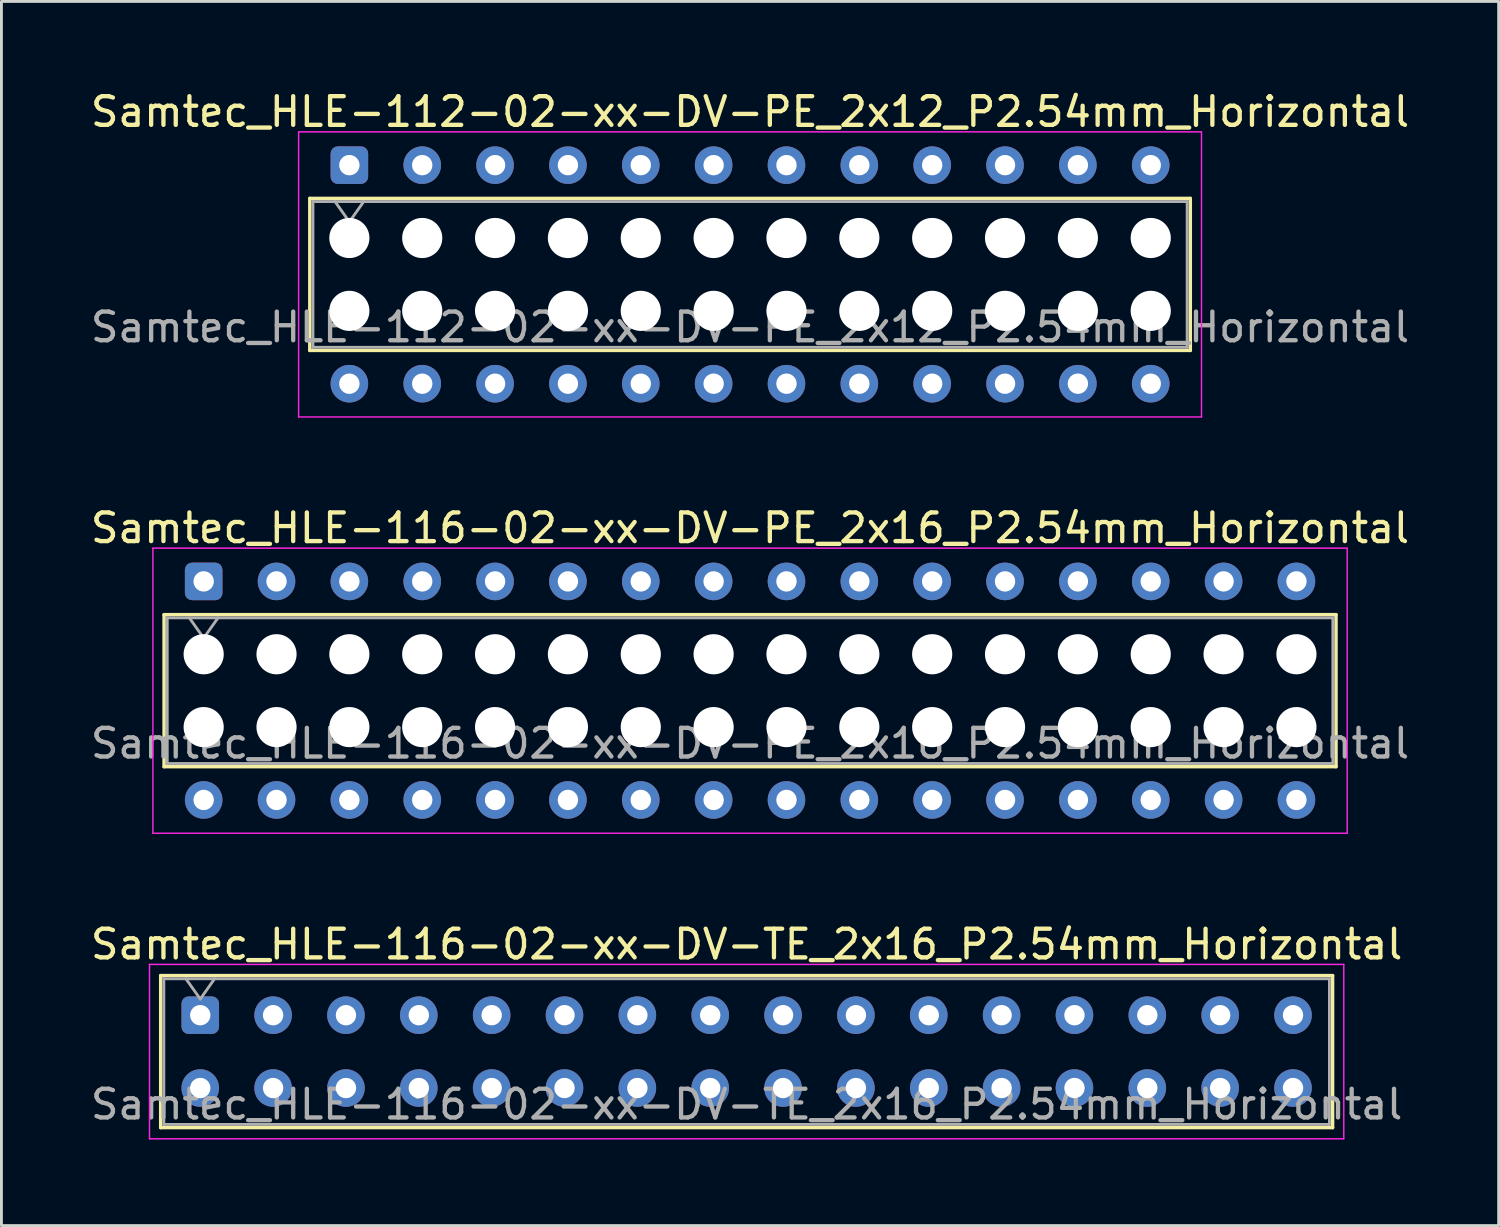
<source format=kicad_pcb>
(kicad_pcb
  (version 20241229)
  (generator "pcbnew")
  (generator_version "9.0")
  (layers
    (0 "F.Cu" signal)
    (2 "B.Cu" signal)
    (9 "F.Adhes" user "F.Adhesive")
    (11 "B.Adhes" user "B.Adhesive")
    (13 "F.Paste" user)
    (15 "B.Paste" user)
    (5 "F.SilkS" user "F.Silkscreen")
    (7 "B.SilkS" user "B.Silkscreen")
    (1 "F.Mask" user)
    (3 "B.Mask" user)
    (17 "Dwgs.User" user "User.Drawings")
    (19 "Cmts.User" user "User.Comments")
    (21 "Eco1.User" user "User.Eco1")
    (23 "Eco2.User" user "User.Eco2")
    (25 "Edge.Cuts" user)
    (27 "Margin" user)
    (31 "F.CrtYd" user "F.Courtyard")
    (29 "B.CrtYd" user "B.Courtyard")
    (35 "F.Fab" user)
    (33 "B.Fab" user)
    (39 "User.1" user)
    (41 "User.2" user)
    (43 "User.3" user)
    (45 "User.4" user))
  (footprint "Samtec_HLE-116-02-xx-DV-TE_2x16_P2.54mm_Horizontal"
    (layer "F.Cu")
    (at 3.932 32.345)
    (property "Reference" "Samtec_HLE-116-02-xx-DV-TE_2x16_P2.54mm_Horizontal" (at 19.05 -2.47 0) (layer "F.SilkS") (effects (font (size 1 1) (thickness 0.15))))
    (attr through_hole)
    (fp_line (start -1.38 -1.38) (end 39.48 -1.38) (stroke (width 0.12) (type solid)) (layer "F.SilkS"))
    (fp_line (start -1.38 3.92) (end -1.38 -1.38) (stroke (width 0.12) (type solid)) (layer "F.SilkS"))
    (fp_line (start 39.48 -1.38) (end 39.48 3.92) (stroke (width 0.12) (type solid)) (layer "F.SilkS"))
    (fp_line (start 39.48 3.92) (end -1.38 3.92) (stroke (width 0.12) (type solid)) (layer "F.SilkS"))
    (fp_line (start -1.77 -1.77) (end 39.87 -1.77) (stroke (width 0.05) (type solid)) (layer "F.CrtYd"))
    (fp_line (start -1.77 4.31) (end -1.77 -1.77) (stroke (width 0.05) (type solid)) (layer "F.CrtYd"))
    (fp_line (start 39.87 -1.77) (end 39.87 4.31) (stroke (width 0.05) (type solid)) (layer "F.CrtYd"))
    (fp_line (start 39.87 4.31) (end -1.77 4.31) (stroke (width 0.05) (type solid)) (layer "F.CrtYd"))
    (fp_line (start -1.27 -1.27) (end 39.37 -1.27) (stroke (width 0.1) (type solid)) (layer "F.Fab"))
    (fp_line (start -1.27 3.81) (end -1.27 -1.27) (stroke (width 0.1) (type solid)) (layer "F.Fab"))
    (fp_line (start -0.5 -1.27) (end 0 -0.563) (stroke (width 0.1) (type solid)) (layer "F.Fab"))
    (fp_line (start 0 -0.563) (end 0.5 -1.27) (stroke (width 0.1) (type solid)) (layer "F.Fab"))
    (fp_line (start 39.37 -1.27) (end 39.37 3.81) (stroke (width 0.1) (type solid)) (layer "F.Fab"))
    (fp_line (start 39.37 3.81) (end -1.27 3.81) (stroke (width 0.1) (type solid)) (layer "F.Fab"))
    (fp_text user "${REFERENCE}" (at 19.05 3.11 0) (layer "F.Fab") (effects (font (size 1 1) (thickness 0.15))))
    (pad "1" thru_hole roundrect (at 0 0) (size 1.31 1.31) (drill 0.71) (layers "*.Cu" "*.Mask") (roundrect_rratio 0.191))
    (pad "2" thru_hole circle (at 0 2.54) (size 1.31 1.31) (drill 0.71) (layers "*.Cu" "*.Mask"))
    (pad "3" thru_hole circle (at 2.54 0) (size 1.31 1.31) (drill 0.71) (layers "*.Cu" "*.Mask"))
    (pad "4" thru_hole circle (at 2.54 2.54) (size 1.31 1.31) (drill 0.71) (layers "*.Cu" "*.Mask"))
    (pad "5" thru_hole circle (at 5.08 0) (size 1.31 1.31) (drill 0.71) (layers "*.Cu" "*.Mask"))
    (pad "6" thru_hole circle (at 5.08 2.54) (size 1.31 1.31) (drill 0.71) (layers "*.Cu" "*.Mask"))
    (pad "7" thru_hole circle (at 7.62 0) (size 1.31 1.31) (drill 0.71) (layers "*.Cu" "*.Mask"))
    (pad "8" thru_hole circle (at 7.62 2.54) (size 1.31 1.31) (drill 0.71) (layers "*.Cu" "*.Mask"))
    (pad "9" thru_hole circle (at 10.16 0) (size 1.31 1.31) (drill 0.71) (layers "*.Cu" "*.Mask"))
    (pad "10" thru_hole circle (at 10.16 2.54) (size 1.31 1.31) (drill 0.71) (layers "*.Cu" "*.Mask"))
    (pad "11" thru_hole circle (at 12.7 0) (size 1.31 1.31) (drill 0.71) (layers "*.Cu" "*.Mask"))
    (pad "12" thru_hole circle (at 12.7 2.54) (size 1.31 1.31) (drill 0.71) (layers "*.Cu" "*.Mask"))
    (pad "13" thru_hole circle (at 15.24 0) (size 1.31 1.31) (drill 0.71) (layers "*.Cu" "*.Mask"))
    (pad "14" thru_hole circle (at 15.24 2.54) (size 1.31 1.31) (drill 0.71) (layers "*.Cu" "*.Mask"))
    (pad "15" thru_hole circle (at 17.78 0) (size 1.31 1.31) (drill 0.71) (layers "*.Cu" "*.Mask"))
    (pad "16" thru_hole circle (at 17.78 2.54) (size 1.31 1.31) (drill 0.71) (layers "*.Cu" "*.Mask"))
    (pad "17" thru_hole circle (at 20.32 0) (size 1.31 1.31) (drill 0.71) (layers "*.Cu" "*.Mask"))
    (pad "18" thru_hole circle (at 20.32 2.54) (size 1.31 1.31) (drill 0.71) (layers "*.Cu" "*.Mask"))
    (pad "19" thru_hole circle (at 22.86 0) (size 1.31 1.31) (drill 0.71) (layers "*.Cu" "*.Mask"))
    (pad "20" thru_hole circle (at 22.86 2.54) (size 1.31 1.31) (drill 0.71) (layers "*.Cu" "*.Mask"))
    (pad "21" thru_hole circle (at 25.4 0) (size 1.31 1.31) (drill 0.71) (layers "*.Cu" "*.Mask"))
    (pad "22" thru_hole circle (at 25.4 2.54) (size 1.31 1.31) (drill 0.71) (layers "*.Cu" "*.Mask"))
    (pad "23" thru_hole circle (at 27.94 0) (size 1.31 1.31) (drill 0.71) (layers "*.Cu" "*.Mask"))
    (pad "24" thru_hole circle (at 27.94 2.54) (size 1.31 1.31) (drill 0.71) (layers "*.Cu" "*.Mask"))
    (pad "25" thru_hole circle (at 30.48 0) (size 1.31 1.31) (drill 0.71) (layers "*.Cu" "*.Mask"))
    (pad "26" thru_hole circle (at 30.48 2.54) (size 1.31 1.31) (drill 0.71) (layers "*.Cu" "*.Mask"))
    (pad "27" thru_hole circle (at 33.02 0) (size 1.31 1.31) (drill 0.71) (layers "*.Cu" "*.Mask"))
    (pad "28" thru_hole circle (at 33.02 2.54) (size 1.31 1.31) (drill 0.71) (layers "*.Cu" "*.Mask"))
    (pad "29" thru_hole circle (at 35.56 0) (size 1.31 1.31) (drill 0.71) (layers "*.Cu" "*.Mask"))
    (pad "30" thru_hole circle (at 35.56 2.54) (size 1.31 1.31) (drill 0.71) (layers "*.Cu" "*.Mask"))
    (pad "31" thru_hole circle (at 38.1 0) (size 1.31 1.31) (drill 0.71) (layers "*.Cu" "*.Mask"))
    (pad "32" thru_hole circle (at 38.1 2.54) (size 1.31 1.31) (drill 0.71) (layers "*.Cu" "*.Mask")))
  (footprint "Samtec_HLE-116-02-xx-DV-PE_2x16_P2.54mm_Horizontal"
    (layer "F.Cu")
    (at 4.051 17.221)
    (property "Reference" "Samtec_HLE-116-02-xx-DV-PE_2x16_P2.54mm_Horizontal" (at 19.05 -1.86 0) (layer "F.SilkS") (effects (font (size 1 1) (thickness 0.15))))
    (attr through_hole)
    (fp_line (start -1.38 1.16) (end 39.48 1.16) (stroke (width 0.12) (type solid)) (layer "F.SilkS"))
    (fp_line (start -1.38 6.46) (end -1.38 1.16) (stroke (width 0.12) (type solid)) (layer "F.SilkS"))
    (fp_line (start 39.48 1.16) (end 39.48 6.46) (stroke (width 0.12) (type solid)) (layer "F.SilkS"))
    (fp_line (start 39.48 6.46) (end -1.38 6.46) (stroke (width 0.12) (type solid)) (layer "F.SilkS"))
    (fp_line (start -1.77 -1.16) (end 39.87 -1.16) (stroke (width 0.05) (type solid)) (layer "F.CrtYd"))
    (fp_line (start -1.77 8.78) (end -1.77 -1.16) (stroke (width 0.05) (type solid)) (layer "F.CrtYd"))
    (fp_line (start 39.87 -1.16) (end 39.87 8.78) (stroke (width 0.05) (type solid)) (layer "F.CrtYd"))
    (fp_line (start 39.87 8.78) (end -1.77 8.78) (stroke (width 0.05) (type solid)) (layer "F.CrtYd"))
    (fp_line (start -1.27 1.27) (end 39.37 1.27) (stroke (width 0.1) (type solid)) (layer "F.Fab"))
    (fp_line (start -1.27 6.35) (end -1.27 1.27) (stroke (width 0.1) (type solid)) (layer "F.Fab"))
    (fp_line (start -0.5 1.27) (end 0 1.977) (stroke (width 0.1) (type solid)) (layer "F.Fab"))
    (fp_line (start 0 1.977) (end 0.5 1.27) (stroke (width 0.1) (type solid)) (layer "F.Fab"))
    (fp_line (start 39.37 1.27) (end 39.37 6.35) (stroke (width 0.1) (type solid)) (layer "F.Fab"))
    (fp_line (start 39.37 6.35) (end -1.27 6.35) (stroke (width 0.1) (type solid)) (layer "F.Fab"))
    (fp_text user "${REFERENCE}" (at 19.05 5.65 0) (layer "F.Fab") (effects (font (size 1 1) (thickness 0.15))))
    (pad "" np_thru_hole circle (at 0 2.54) (size 1.4 1.4) (drill 1.4) (layers "*.Cu" "*.Mask"))
    (pad "" np_thru_hole circle (at 0 5.08) (size 1.4 1.4) (drill 1.4) (layers "*.Cu" "*.Mask"))
    (pad "" np_thru_hole circle (at 2.54 2.54) (size 1.4 1.4) (drill 1.4) (layers "*.Cu" "*.Mask"))
    (pad "" np_thru_hole circle (at 2.54 5.08) (size 1.4 1.4) (drill 1.4) (layers "*.Cu" "*.Mask"))
    (pad "" np_thru_hole circle (at 5.08 2.54) (size 1.4 1.4) (drill 1.4) (layers "*.Cu" "*.Mask"))
    (pad "" np_thru_hole circle (at 5.08 5.08) (size 1.4 1.4) (drill 1.4) (layers "*.Cu" "*.Mask"))
    (pad "" np_thru_hole circle (at 7.62 2.54) (size 1.4 1.4) (drill 1.4) (layers "*.Cu" "*.Mask"))
    (pad "" np_thru_hole circle (at 7.62 5.08) (size 1.4 1.4) (drill 1.4) (layers "*.Cu" "*.Mask"))
    (pad "" np_thru_hole circle (at 10.16 2.54) (size 1.4 1.4) (drill 1.4) (layers "*.Cu" "*.Mask"))
    (pad "" np_thru_hole circle (at 10.16 5.08) (size 1.4 1.4) (drill 1.4) (layers "*.Cu" "*.Mask"))
    (pad "" np_thru_hole circle (at 12.7 2.54) (size 1.4 1.4) (drill 1.4) (layers "*.Cu" "*.Mask"))
    (pad "" np_thru_hole circle (at 12.7 5.08) (size 1.4 1.4) (drill 1.4) (layers "*.Cu" "*.Mask"))
    (pad "" np_thru_hole circle (at 15.24 2.54) (size 1.4 1.4) (drill 1.4) (layers "*.Cu" "*.Mask"))
    (pad "" np_thru_hole circle (at 15.24 5.08) (size 1.4 1.4) (drill 1.4) (layers "*.Cu" "*.Mask"))
    (pad "" np_thru_hole circle (at 17.78 2.54) (size 1.4 1.4) (drill 1.4) (layers "*.Cu" "*.Mask"))
    (pad "" np_thru_hole circle (at 17.78 5.08) (size 1.4 1.4) (drill 1.4) (layers "*.Cu" "*.Mask"))
    (pad "" np_thru_hole circle (at 20.32 2.54) (size 1.4 1.4) (drill 1.4) (layers "*.Cu" "*.Mask"))
    (pad "" np_thru_hole circle (at 20.32 5.08) (size 1.4 1.4) (drill 1.4) (layers "*.Cu" "*.Mask"))
    (pad "" np_thru_hole circle (at 22.86 2.54) (size 1.4 1.4) (drill 1.4) (layers "*.Cu" "*.Mask"))
    (pad "" np_thru_hole circle (at 22.86 5.08) (size 1.4 1.4) (drill 1.4) (layers "*.Cu" "*.Mask"))
    (pad "" np_thru_hole circle (at 25.4 2.54) (size 1.4 1.4) (drill 1.4) (layers "*.Cu" "*.Mask"))
    (pad "" np_thru_hole circle (at 25.4 5.08) (size 1.4 1.4) (drill 1.4) (layers "*.Cu" "*.Mask"))
    (pad "" np_thru_hole circle (at 27.94 2.54) (size 1.4 1.4) (drill 1.4) (layers "*.Cu" "*.Mask"))
    (pad "" np_thru_hole circle (at 27.94 5.08) (size 1.4 1.4) (drill 1.4) (layers "*.Cu" "*.Mask"))
    (pad "" np_thru_hole circle (at 30.48 2.54) (size 1.4 1.4) (drill 1.4) (layers "*.Cu" "*.Mask"))
    (pad "" np_thru_hole circle (at 30.48 5.08) (size 1.4 1.4) (drill 1.4) (layers "*.Cu" "*.Mask"))
    (pad "" np_thru_hole circle (at 33.02 2.54) (size 1.4 1.4) (drill 1.4) (layers "*.Cu" "*.Mask"))
    (pad "" np_thru_hole circle (at 33.02 5.08) (size 1.4 1.4) (drill 1.4) (layers "*.Cu" "*.Mask"))
    (pad "" np_thru_hole circle (at 35.56 2.54) (size 1.4 1.4) (drill 1.4) (layers "*.Cu" "*.Mask"))
    (pad "" np_thru_hole circle (at 35.56 5.08) (size 1.4 1.4) (drill 1.4) (layers "*.Cu" "*.Mask"))
    (pad "" np_thru_hole circle (at 38.1 2.54) (size 1.4 1.4) (drill 1.4) (layers "*.Cu" "*.Mask"))
    (pad "" np_thru_hole circle (at 38.1 5.08) (size 1.4 1.4) (drill 1.4) (layers "*.Cu" "*.Mask"))
    (pad "1" thru_hole roundrect (at 0 0) (size 1.31 1.31) (drill 0.71) (layers "*.Cu" "*.Mask") (roundrect_rratio 0.191))
    (pad "2" thru_hole circle (at 0 7.62) (size 1.31 1.31) (drill 0.71) (layers "*.Cu" "*.Mask"))
    (pad "3" thru_hole circle (at 2.54 0) (size 1.31 1.31) (drill 0.71) (layers "*.Cu" "*.Mask"))
    (pad "4" thru_hole circle (at 2.54 7.62) (size 1.31 1.31) (drill 0.71) (layers "*.Cu" "*.Mask"))
    (pad "5" thru_hole circle (at 5.08 0) (size 1.31 1.31) (drill 0.71) (layers "*.Cu" "*.Mask"))
    (pad "6" thru_hole circle (at 5.08 7.62) (size 1.31 1.31) (drill 0.71) (layers "*.Cu" "*.Mask"))
    (pad "7" thru_hole circle (at 7.62 0) (size 1.31 1.31) (drill 0.71) (layers "*.Cu" "*.Mask"))
    (pad "8" thru_hole circle (at 7.62 7.62) (size 1.31 1.31) (drill 0.71) (layers "*.Cu" "*.Mask"))
    (pad "9" thru_hole circle (at 10.16 0) (size 1.31 1.31) (drill 0.71) (layers "*.Cu" "*.Mask"))
    (pad "10" thru_hole circle (at 10.16 7.62) (size 1.31 1.31) (drill 0.71) (layers "*.Cu" "*.Mask"))
    (pad "11" thru_hole circle (at 12.7 0) (size 1.31 1.31) (drill 0.71) (layers "*.Cu" "*.Mask"))
    (pad "12" thru_hole circle (at 12.7 7.62) (size 1.31 1.31) (drill 0.71) (layers "*.Cu" "*.Mask"))
    (pad "13" thru_hole circle (at 15.24 0) (size 1.31 1.31) (drill 0.71) (layers "*.Cu" "*.Mask"))
    (pad "14" thru_hole circle (at 15.24 7.62) (size 1.31 1.31) (drill 0.71) (layers "*.Cu" "*.Mask"))
    (pad "15" thru_hole circle (at 17.78 0) (size 1.31 1.31) (drill 0.71) (layers "*.Cu" "*.Mask"))
    (pad "16" thru_hole circle (at 17.78 7.62) (size 1.31 1.31) (drill 0.71) (layers "*.Cu" "*.Mask"))
    (pad "17" thru_hole circle (at 20.32 0) (size 1.31 1.31) (drill 0.71) (layers "*.Cu" "*.Mask"))
    (pad "18" thru_hole circle (at 20.32 7.62) (size 1.31 1.31) (drill 0.71) (layers "*.Cu" "*.Mask"))
    (pad "19" thru_hole circle (at 22.86 0) (size 1.31 1.31) (drill 0.71) (layers "*.Cu" "*.Mask"))
    (pad "20" thru_hole circle (at 22.86 7.62) (size 1.31 1.31) (drill 0.71) (layers "*.Cu" "*.Mask"))
    (pad "21" thru_hole circle (at 25.4 0) (size 1.31 1.31) (drill 0.71) (layers "*.Cu" "*.Mask"))
    (pad "22" thru_hole circle (at 25.4 7.62) (size 1.31 1.31) (drill 0.71) (layers "*.Cu" "*.Mask"))
    (pad "23" thru_hole circle (at 27.94 0) (size 1.31 1.31) (drill 0.71) (layers "*.Cu" "*.Mask"))
    (pad "24" thru_hole circle (at 27.94 7.62) (size 1.31 1.31) (drill 0.71) (layers "*.Cu" "*.Mask"))
    (pad "25" thru_hole circle (at 30.48 0) (size 1.31 1.31) (drill 0.71) (layers "*.Cu" "*.Mask"))
    (pad "26" thru_hole circle (at 30.48 7.62) (size 1.31 1.31) (drill 0.71) (layers "*.Cu" "*.Mask"))
    (pad "27" thru_hole circle (at 33.02 0) (size 1.31 1.31) (drill 0.71) (layers "*.Cu" "*.Mask"))
    (pad "28" thru_hole circle (at 33.02 7.62) (size 1.31 1.31) (drill 0.71) (layers "*.Cu" "*.Mask"))
    (pad "29" thru_hole circle (at 35.56 0) (size 1.31 1.31) (drill 0.71) (layers "*.Cu" "*.Mask"))
    (pad "30" thru_hole circle (at 35.56 7.62) (size 1.31 1.31) (drill 0.71) (layers "*.Cu" "*.Mask"))
    (pad "31" thru_hole circle (at 38.1 0) (size 1.31 1.31) (drill 0.71) (layers "*.Cu" "*.Mask"))
    (pad "32" thru_hole circle (at 38.1 7.62) (size 1.31 1.31) (drill 0.71) (layers "*.Cu" "*.Mask")))
  (footprint "Samtec_HLE-112-02-xx-DV-PE_2x12_P2.54mm_Horizontal"
    (layer "F.Cu")
    (at 9.131 2.708)
    (property "Reference" "Samtec_HLE-112-02-xx-DV-PE_2x12_P2.54mm_Horizontal" (at 13.97 -1.86 0) (layer "F.SilkS") (effects (font (size 1 1) (thickness 0.15))))
    (attr through_hole)
    (fp_line (start -1.38 1.16) (end 29.32 1.16) (stroke (width 0.12) (type solid)) (layer "F.SilkS"))
    (fp_line (start -1.38 6.46) (end -1.38 1.16) (stroke (width 0.12) (type solid)) (layer "F.SilkS"))
    (fp_line (start 29.32 1.16) (end 29.32 6.46) (stroke (width 0.12) (type solid)) (layer "F.SilkS"))
    (fp_line (start 29.32 6.46) (end -1.38 6.46) (stroke (width 0.12) (type solid)) (layer "F.SilkS"))
    (fp_line (start -1.77 -1.16) (end 29.71 -1.16) (stroke (width 0.05) (type solid)) (layer "F.CrtYd"))
    (fp_line (start -1.77 8.78) (end -1.77 -1.16) (stroke (width 0.05) (type solid)) (layer "F.CrtYd"))
    (fp_line (start 29.71 -1.16) (end 29.71 8.78) (stroke (width 0.05) (type solid)) (layer "F.CrtYd"))
    (fp_line (start 29.71 8.78) (end -1.77 8.78) (stroke (width 0.05) (type solid)) (layer "F.CrtYd"))
    (fp_line (start -1.27 1.27) (end 29.21 1.27) (stroke (width 0.1) (type solid)) (layer "F.Fab"))
    (fp_line (start -1.27 6.35) (end -1.27 1.27) (stroke (width 0.1) (type solid)) (layer "F.Fab"))
    (fp_line (start -0.5 1.27) (end 0 1.977) (stroke (width 0.1) (type solid)) (layer "F.Fab"))
    (fp_line (start 0 1.977) (end 0.5 1.27) (stroke (width 0.1) (type solid)) (layer "F.Fab"))
    (fp_line (start 29.21 1.27) (end 29.21 6.35) (stroke (width 0.1) (type solid)) (layer "F.Fab"))
    (fp_line (start 29.21 6.35) (end -1.27 6.35) (stroke (width 0.1) (type solid)) (layer "F.Fab"))
    (fp_text user "${REFERENCE}" (at 13.97 5.65 0) (layer "F.Fab") (effects (font (size 1 1) (thickness 0.15))))
    (pad "" np_thru_hole circle (at 0 2.54) (size 1.4 1.4) (drill 1.4) (layers "*.Cu" "*.Mask"))
    (pad "" np_thru_hole circle (at 0 5.08) (size 1.4 1.4) (drill 1.4) (layers "*.Cu" "*.Mask"))
    (pad "" np_thru_hole circle (at 2.54 2.54) (size 1.4 1.4) (drill 1.4) (layers "*.Cu" "*.Mask"))
    (pad "" np_thru_hole circle (at 2.54 5.08) (size 1.4 1.4) (drill 1.4) (layers "*.Cu" "*.Mask"))
    (pad "" np_thru_hole circle (at 5.08 2.54) (size 1.4 1.4) (drill 1.4) (layers "*.Cu" "*.Mask"))
    (pad "" np_thru_hole circle (at 5.08 5.08) (size 1.4 1.4) (drill 1.4) (layers "*.Cu" "*.Mask"))
    (pad "" np_thru_hole circle (at 7.62 2.54) (size 1.4 1.4) (drill 1.4) (layers "*.Cu" "*.Mask"))
    (pad "" np_thru_hole circle (at 7.62 5.08) (size 1.4 1.4) (drill 1.4) (layers "*.Cu" "*.Mask"))
    (pad "" np_thru_hole circle (at 10.16 2.54) (size 1.4 1.4) (drill 1.4) (layers "*.Cu" "*.Mask"))
    (pad "" np_thru_hole circle (at 10.16 5.08) (size 1.4 1.4) (drill 1.4) (layers "*.Cu" "*.Mask"))
    (pad "" np_thru_hole circle (at 12.7 2.54) (size 1.4 1.4) (drill 1.4) (layers "*.Cu" "*.Mask"))
    (pad "" np_thru_hole circle (at 12.7 5.08) (size 1.4 1.4) (drill 1.4) (layers "*.Cu" "*.Mask"))
    (pad "" np_thru_hole circle (at 15.24 2.54) (size 1.4 1.4) (drill 1.4) (layers "*.Cu" "*.Mask"))
    (pad "" np_thru_hole circle (at 15.24 5.08) (size 1.4 1.4) (drill 1.4) (layers "*.Cu" "*.Mask"))
    (pad "" np_thru_hole circle (at 17.78 2.54) (size 1.4 1.4) (drill 1.4) (layers "*.Cu" "*.Mask"))
    (pad "" np_thru_hole circle (at 17.78 5.08) (size 1.4 1.4) (drill 1.4) (layers "*.Cu" "*.Mask"))
    (pad "" np_thru_hole circle (at 20.32 2.54) (size 1.4 1.4) (drill 1.4) (layers "*.Cu" "*.Mask"))
    (pad "" np_thru_hole circle (at 20.32 5.08) (size 1.4 1.4) (drill 1.4) (layers "*.Cu" "*.Mask"))
    (pad "" np_thru_hole circle (at 22.86 2.54) (size 1.4 1.4) (drill 1.4) (layers "*.Cu" "*.Mask"))
    (pad "" np_thru_hole circle (at 22.86 5.08) (size 1.4 1.4) (drill 1.4) (layers "*.Cu" "*.Mask"))
    (pad "" np_thru_hole circle (at 25.4 2.54) (size 1.4 1.4) (drill 1.4) (layers "*.Cu" "*.Mask"))
    (pad "" np_thru_hole circle (at 25.4 5.08) (size 1.4 1.4) (drill 1.4) (layers "*.Cu" "*.Mask"))
    (pad "" np_thru_hole circle (at 27.94 2.54) (size 1.4 1.4) (drill 1.4) (layers "*.Cu" "*.Mask"))
    (pad "" np_thru_hole circle (at 27.94 5.08) (size 1.4 1.4) (drill 1.4) (layers "*.Cu" "*.Mask"))
    (pad "1" thru_hole roundrect (at 0 0) (size 1.31 1.31) (drill 0.71) (layers "*.Cu" "*.Mask") (roundrect_rratio 0.191))
    (pad "2" thru_hole circle (at 0 7.62) (size 1.31 1.31) (drill 0.71) (layers "*.Cu" "*.Mask"))
    (pad "3" thru_hole circle (at 2.54 0) (size 1.31 1.31) (drill 0.71) (layers "*.Cu" "*.Mask"))
    (pad "4" thru_hole circle (at 2.54 7.62) (size 1.31 1.31) (drill 0.71) (layers "*.Cu" "*.Mask"))
    (pad "5" thru_hole circle (at 5.08 0) (size 1.31 1.31) (drill 0.71) (layers "*.Cu" "*.Mask"))
    (pad "6" thru_hole circle (at 5.08 7.62) (size 1.31 1.31) (drill 0.71) (layers "*.Cu" "*.Mask"))
    (pad "7" thru_hole circle (at 7.62 0) (size 1.31 1.31) (drill 0.71) (layers "*.Cu" "*.Mask"))
    (pad "8" thru_hole circle (at 7.62 7.62) (size 1.31 1.31) (drill 0.71) (layers "*.Cu" "*.Mask"))
    (pad "9" thru_hole circle (at 10.16 0) (size 1.31 1.31) (drill 0.71) (layers "*.Cu" "*.Mask"))
    (pad "10" thru_hole circle (at 10.16 7.62) (size 1.31 1.31) (drill 0.71) (layers "*.Cu" "*.Mask"))
    (pad "11" thru_hole circle (at 12.7 0) (size 1.31 1.31) (drill 0.71) (layers "*.Cu" "*.Mask"))
    (pad "12" thru_hole circle (at 12.7 7.62) (size 1.31 1.31) (drill 0.71) (layers "*.Cu" "*.Mask"))
    (pad "13" thru_hole circle (at 15.24 0) (size 1.31 1.31) (drill 0.71) (layers "*.Cu" "*.Mask"))
    (pad "14" thru_hole circle (at 15.24 7.62) (size 1.31 1.31) (drill 0.71) (layers "*.Cu" "*.Mask"))
    (pad "15" thru_hole circle (at 17.78 0) (size 1.31 1.31) (drill 0.71) (layers "*.Cu" "*.Mask"))
    (pad "16" thru_hole circle (at 17.78 7.62) (size 1.31 1.31) (drill 0.71) (layers "*.Cu" "*.Mask"))
    (pad "17" thru_hole circle (at 20.32 0) (size 1.31 1.31) (drill 0.71) (layers "*.Cu" "*.Mask"))
    (pad "18" thru_hole circle (at 20.32 7.62) (size 1.31 1.31) (drill 0.71) (layers "*.Cu" "*.Mask"))
    (pad "19" thru_hole circle (at 22.86 0) (size 1.31 1.31) (drill 0.71) (layers "*.Cu" "*.Mask"))
    (pad "20" thru_hole circle (at 22.86 7.62) (size 1.31 1.31) (drill 0.71) (layers "*.Cu" "*.Mask"))
    (pad "21" thru_hole circle (at 25.4 0) (size 1.31 1.31) (drill 0.71) (layers "*.Cu" "*.Mask"))
    (pad "22" thru_hole circle (at 25.4 7.62) (size 1.31 1.31) (drill 0.71) (layers "*.Cu" "*.Mask"))
    (pad "23" thru_hole circle (at 27.94 0) (size 1.31 1.31) (drill 0.71) (layers "*.Cu" "*.Mask"))
    (pad "24" thru_hole circle (at 27.94 7.62) (size 1.31 1.31) (drill 0.71) (layers "*.Cu" "*.Mask")))
  (gr_rect
    (start -3 -3)
    (end 49.202 39.68)
    (stroke (width 0.1) (type default))
    (fill no)
    (layer "Edge.Cuts")))
</source>
